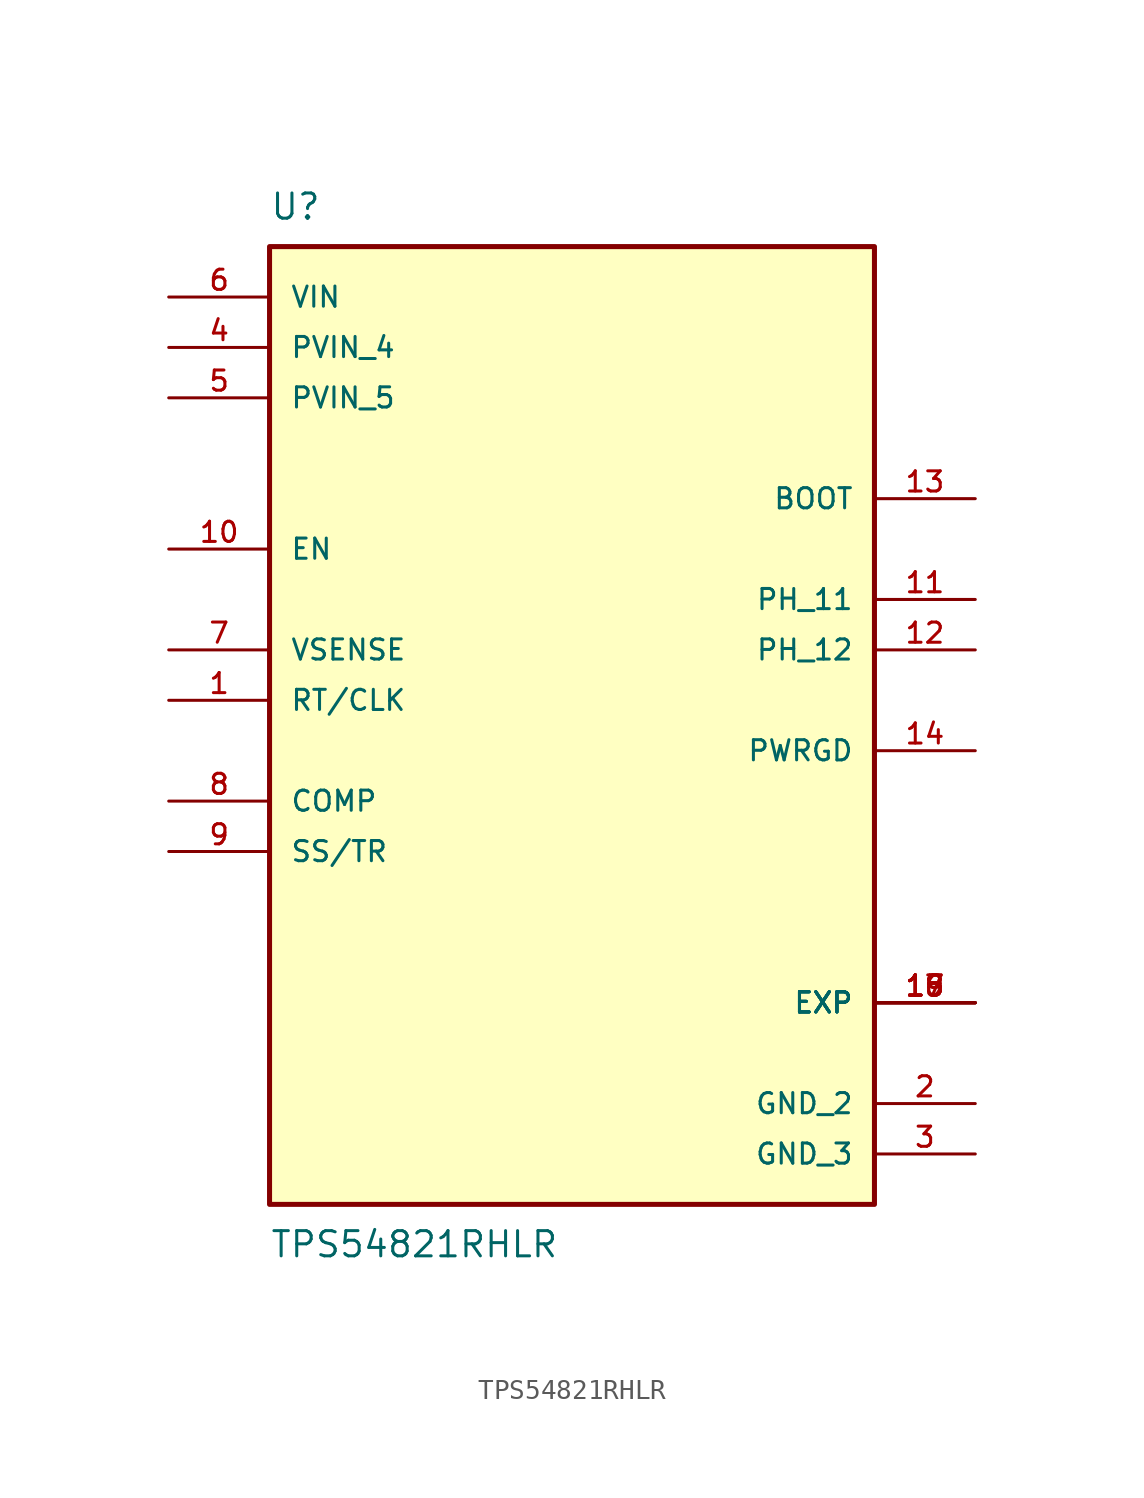
<source format=kicad_sym>
(kicad_symbol_lib
  (version 20211014)
  (generator kicad_symbol_editor)
  (symbol "TPS54821RHLR"
    (pin_names
      (offset 1.016))
    (property "Reference" "U"
      (at -15.24 26.67 0)
      (effects (font (size 1.27 1.27)) (justify bottom left)))
    (property "Value" "TPS54821RHLR"
      (at -15.24 -24.13 0)
      (effects (font (size 1.27 1.27)) (justify top left)))
    (symbol "TPS54821RHLR_0_0"
      (rectangle (start -15.24 -22.86) (end 15.24 25.4) (stroke (width 0.254)) (fill (type background)))
      (pin input line (at -20.32 2.54 0) (length 5.08) (name "RT/CLK" (effects (font (size 1.016 1.016)))) (number "1" (effects (font (size 1.016 1.016)))))
      (pin power_in line (at 20.32 -17.78 180.0) (length 5.08) (name "GND_2" (effects (font (size 1.016 1.016)))) (number "2" (effects (font (size 1.016 1.016)))))
      (pin power_in line (at 20.32 -20.32 180.0) (length 5.08) (name "GND_3" (effects (font (size 1.016 1.016)))) (number "3" (effects (font (size 1.016 1.016)))))
      (pin passive line (at 20.32 -12.7 180.0) (length 5.08) (name "EXP" (effects (font (size 1.016 1.016)))) (number "15" (effects (font (size 1.016 1.016)))))
      (pin passive line (at 20.32 -12.7 180.0) (length 5.08) (name "EXP" (effects (font (size 1.016 1.016)))) (number "16" (effects (font (size 1.016 1.016)))))
      (pin passive line (at 20.32 -12.7 180.0) (length 5.08) (name "EXP" (effects (font (size 1.016 1.016)))) (number "17" (effects (font (size 1.016 1.016)))))
      (pin passive line (at 20.32 -12.7 180.0) (length 5.08) (name "EXP" (effects (font (size 1.016 1.016)))) (number "18" (effects (font (size 1.016 1.016)))))
      (pin passive line (at 20.32 -12.7 180.0) (length 5.08) (name "EXP" (effects (font (size 1.016 1.016)))) (number "19" (effects (font (size 1.016 1.016)))))
      (pin input line (at -20.32 20.32 0) (length 5.08) (name "PVIN_4" (effects (font (size 1.016 1.016)))) (number "4" (effects (font (size 1.016 1.016)))))
      (pin input line (at -20.32 17.78 0) (length 5.08) (name "PVIN_5" (effects (font (size 1.016 1.016)))) (number "5" (effects (font (size 1.016 1.016)))))
      (pin input line (at -20.32 22.86 0) (length 5.08) (name "VIN" (effects (font (size 1.016 1.016)))) (number "6" (effects (font (size 1.016 1.016)))))
      (pin input line (at -20.32 5.08 0) (length 5.08) (name "VSENSE" (effects (font (size 1.016 1.016)))) (number "7" (effects (font (size 1.016 1.016)))))
      (pin input line (at -20.32 -2.54 0) (length 5.08) (name "COMP" (effects (font (size 1.016 1.016)))) (number "8" (effects (font (size 1.016 1.016)))))
      (pin input line (at -20.32 -5.08 0) (length 5.08) (name "SS/TR" (effects (font (size 1.016 1.016)))) (number "9" (effects (font (size 1.016 1.016)))))
      (pin input line (at -20.32 10.16 0) (length 5.08) (name "EN" (effects (font (size 1.016 1.016)))) (number "10" (effects (font (size 1.016 1.016)))))
      (pin output line (at 20.32 7.62 180.0) (length 5.08) (name "PH_11" (effects (font (size 1.016 1.016)))) (number "11" (effects (font (size 1.016 1.016)))))
      (pin output line (at 20.32 12.7 180.0) (length 5.08) (name "BOOT" (effects (font (size 1.016 1.016)))) (number "13" (effects (font (size 1.016 1.016)))))
      (pin output line (at 20.32 0.0 180.0) (length 5.08) (name "PWRGD" (effects (font (size 1.016 1.016)))) (number "14" (effects (font (size 1.016 1.016)))))
      (pin output line (at 20.32 5.08 180.0) (length 5.08) (name "PH_12" (effects (font (size 1.016 1.016)))) (number "12" (effects (font (size 1.016 1.016))))))))
</source>
